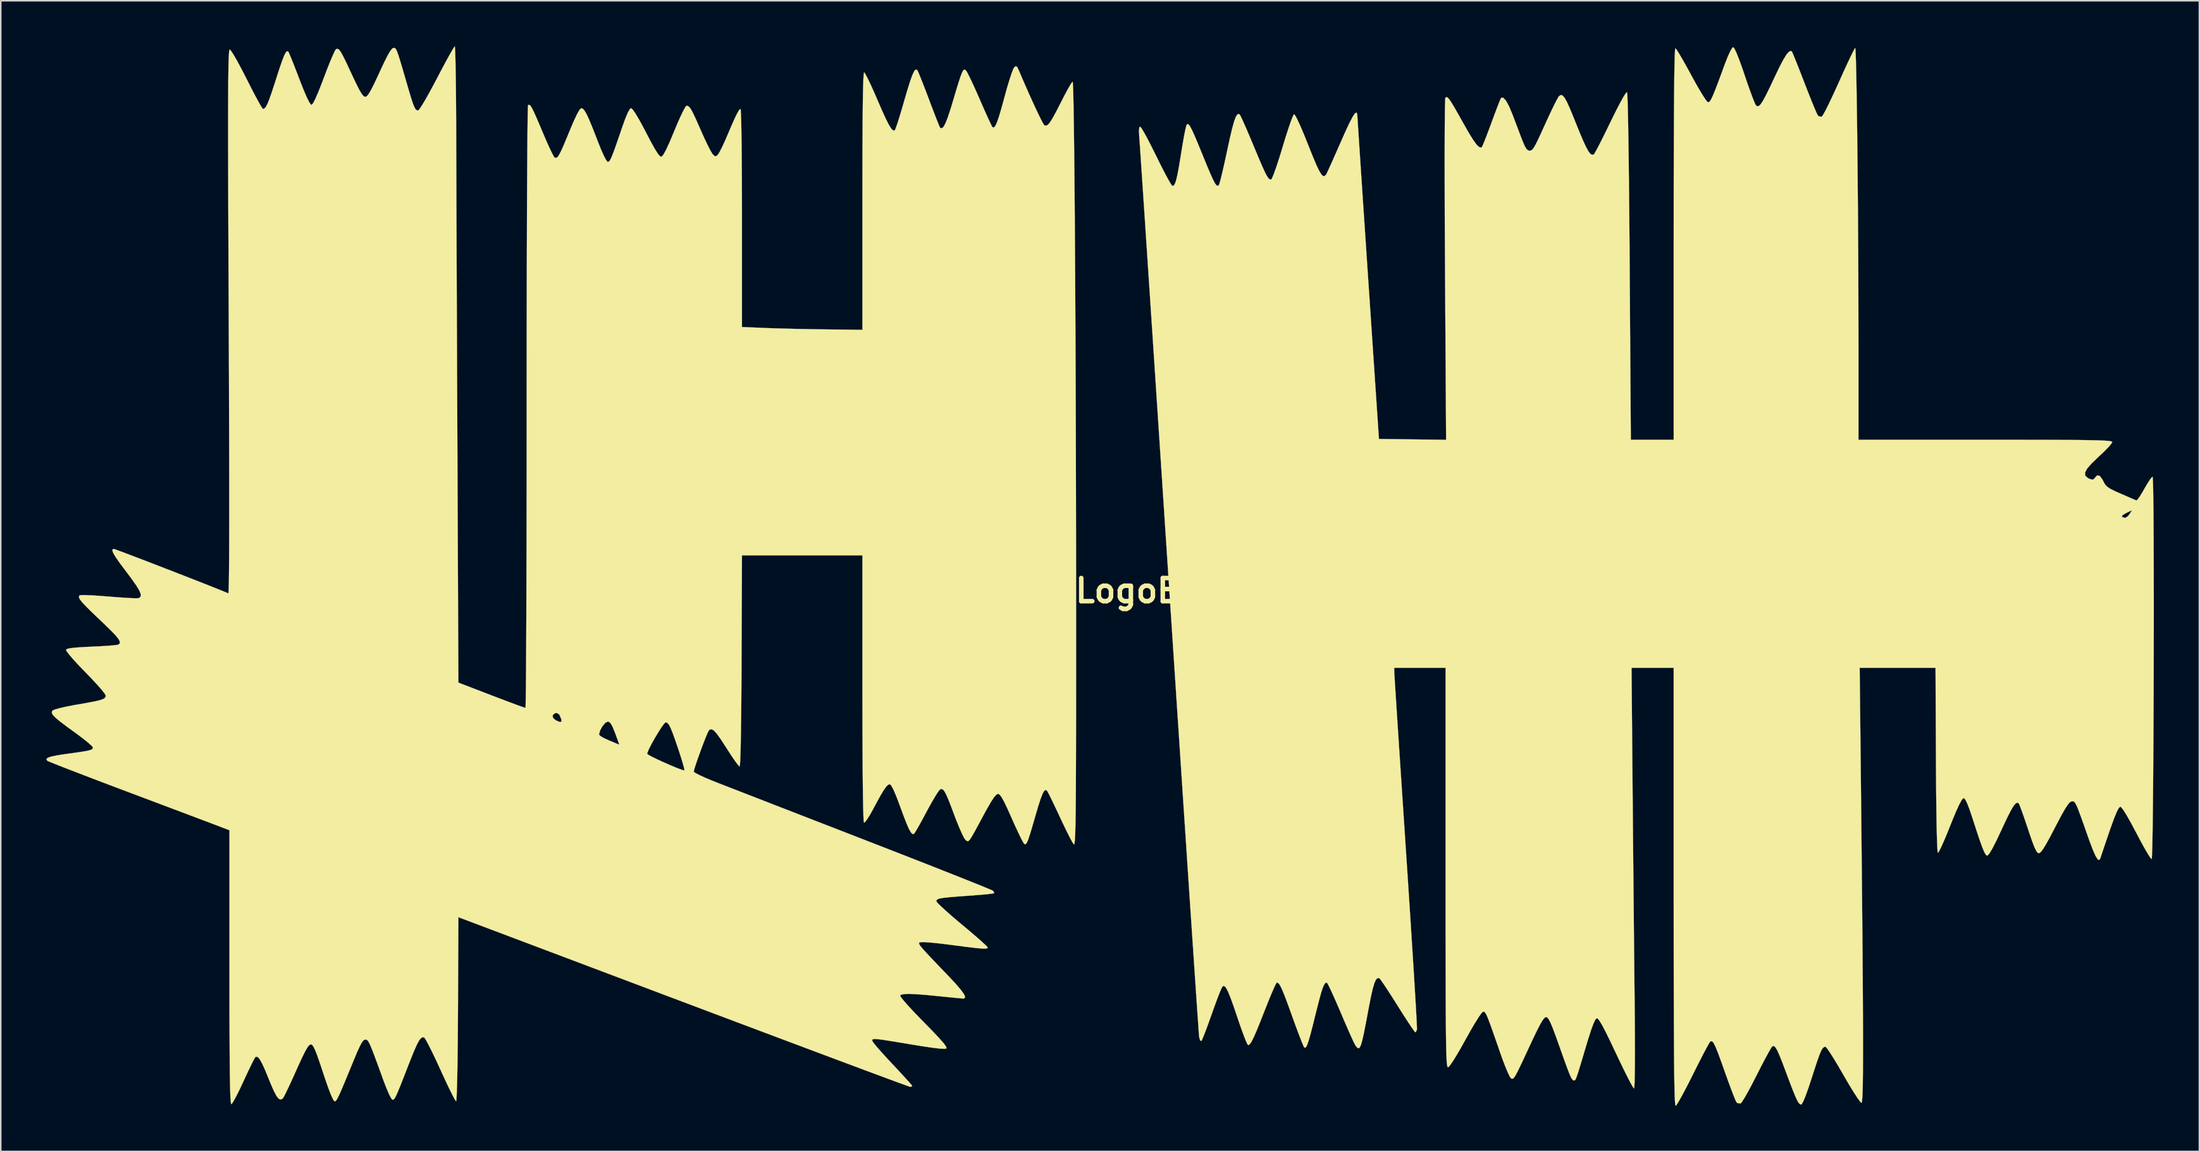
<source format=kicad_pcb>
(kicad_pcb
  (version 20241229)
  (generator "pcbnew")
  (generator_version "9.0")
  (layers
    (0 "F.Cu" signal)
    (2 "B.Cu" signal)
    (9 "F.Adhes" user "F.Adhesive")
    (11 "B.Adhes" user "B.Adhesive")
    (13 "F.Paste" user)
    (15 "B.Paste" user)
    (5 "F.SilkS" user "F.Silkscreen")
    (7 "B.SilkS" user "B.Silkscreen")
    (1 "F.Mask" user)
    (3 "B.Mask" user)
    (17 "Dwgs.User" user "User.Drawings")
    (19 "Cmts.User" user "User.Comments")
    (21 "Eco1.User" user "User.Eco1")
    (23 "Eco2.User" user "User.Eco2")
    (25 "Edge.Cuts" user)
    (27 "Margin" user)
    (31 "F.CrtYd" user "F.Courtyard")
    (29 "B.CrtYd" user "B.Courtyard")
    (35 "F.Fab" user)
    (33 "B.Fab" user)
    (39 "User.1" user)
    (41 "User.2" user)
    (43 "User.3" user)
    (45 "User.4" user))
  (footprint "MigiteLogoBack"
    (layer "F.Cu")
    (at 69.852 35.881)
    (property "Reference" "MigiteLogoBack" (at 0 0 0) (layer "F.SilkS") (effects (font (size 1.524 1.524) (thickness 0.3))))
    (attr through_hole)
    (fp_poly (pts (xy 41.361 -35.726) (xy 41.497 -35.44) (xy 41.678 -34.985) (xy 41.897 -34.377) (xy 42.028 -33.989) (xy 42.231 -33.393) (xy 42.421 -32.86) (xy 42.583 -32.426) (xy 42.704 -32.127) (xy 42.769 -31.999) (xy 42.861 -31.926) (xy 42.963 -31.94) (xy 43.087 -32.059) (xy 43.246 -32.302) (xy 43.453 -32.687) (xy 43.72 -33.234) (xy 43.977 -33.781) (xy 44.313 -34.485) (xy 44.585 -35.004) (xy 44.799 -35.349) (xy 44.965 -35.534) (xy 45.09 -35.572) (xy 45.138 -35.542) (xy 45.194 -35.428) (xy 45.312 -35.147) (xy 45.481 -34.728) (xy 45.688 -34.203) (xy 45.921 -33.602) (xy 45.982 -33.442) (xy 46.223 -32.823) (xy 46.444 -32.269) (xy 46.632 -31.812) (xy 46.775 -31.482) (xy 46.859 -31.313) (xy 46.869 -31.299) (xy 47.052 -31.234) (xy 47.115 -31.247) (xy 47.196 -31.356) (xy 47.348 -31.63) (xy 47.556 -32.044) (xy 47.806 -32.567) (xy 48.085 -33.172) (xy 48.249 -33.537) (xy 48.534 -34.172) (xy 48.794 -34.736) (xy 49.015 -35.204) (xy 49.185 -35.548) (xy 49.29 -35.74) (xy 49.316 -35.772) (xy 49.332 -35.668) (xy 49.348 -35.368) (xy 49.365 -34.886) (xy 49.381 -34.237) (xy 49.398 -33.436) (xy 49.414 -32.497) (xy 49.429 -31.436) (xy 49.445 -30.267) (xy 49.459 -29.005) (xy 49.473 -27.666) (xy 49.485 -26.263) (xy 49.497 -24.813) (xy 49.507 -23.329) (xy 49.515 -21.826) (xy 49.522 -20.32) (xy 49.526 -18.826) (xy 49.529 -17.357) (xy 49.53 -16.272) (xy 49.53 -9.948) (xy 57.891 -9.948) (xy 59.44 -9.948) (xy 60.79 -9.946) (xy 61.954 -9.944) (xy 62.946 -9.94) (xy 63.778 -9.934) (xy 64.464 -9.926) (xy 65.016 -9.916) (xy 65.448 -9.904) (xy 65.772 -9.889) (xy 66.001 -9.871) (xy 66.149 -9.85) (xy 66.228 -9.826) (xy 66.252 -9.798) (xy 66.252 -9.798) (xy 66.177 -9.67) (xy 65.975 -9.437) (xy 65.677 -9.134) (xy 65.352 -8.828) (xy 64.89 -8.386) (xy 64.594 -8.044) (xy 64.457 -7.785) (xy 64.47 -7.589) (xy 64.625 -7.438) (xy 64.727 -7.384) (xy 64.94 -7.314) (xy 65.059 -7.372) (xy 65.103 -7.44) (xy 65.262 -7.603) (xy 65.436 -7.558) (xy 65.616 -7.309) (xy 65.661 -7.215) (xy 65.767 -7.017) (xy 65.907 -6.86) (xy 66.125 -6.713) (xy 66.465 -6.545) (xy 66.804 -6.395) (xy 67.22 -6.215) (xy 67.563 -6.067) (xy 67.786 -5.972) (xy 67.844 -5.948) (xy 67.927 -6.019) (xy 68.082 -6.237) (xy 68.279 -6.562) (xy 68.365 -6.715) (xy 68.575 -7.076) (xy 68.756 -7.352) (xy 68.879 -7.5) (xy 68.905 -7.514) (xy 68.92 -7.411) (xy 68.933 -7.112) (xy 68.945 -6.633) (xy 68.955 -5.99) (xy 68.964 -5.198) (xy 68.971 -4.274) (xy 68.976 -3.234) (xy 68.98 -2.092) (xy 68.983 -0.866) (xy 68.985 0.429) (xy 68.985 1.778) (xy 68.984 3.165) (xy 68.981 4.572) (xy 68.978 5.986) (xy 68.973 7.39) (xy 68.967 8.767) (xy 68.96 10.104) (xy 68.952 11.382) (xy 68.943 12.587) (xy 68.933 13.703) (xy 68.922 14.714) (xy 68.911 15.604) (xy 68.898 16.357) (xy 68.885 16.957) (xy 68.871 17.39) (xy 68.856 17.637) (xy 68.845 17.693) (xy 68.765 17.61) (xy 68.607 17.366) (xy 68.388 16.992) (xy 68.125 16.515) (xy 67.839 15.973) (xy 67.496 15.327) (xy 67.207 14.816) (xy 66.982 14.456) (xy 66.83 14.263) (xy 66.781 14.235) (xy 66.684 14.318) (xy 66.547 14.576) (xy 66.366 15.017) (xy 66.136 15.652) (xy 66.077 15.822) (xy 65.886 16.381) (xy 65.716 16.881) (xy 65.581 17.283) (xy 65.494 17.548) (xy 65.472 17.621) (xy 65.399 17.748) (xy 65.295 17.709) (xy 65.157 17.494) (xy 64.978 17.094) (xy 64.753 16.501) (xy 64.662 16.245) (xy 64.398 15.494) (xy 64.193 14.919) (xy 64.037 14.498) (xy 63.919 14.206) (xy 63.828 14.022) (xy 63.754 13.922) (xy 63.685 13.882) (xy 63.611 13.879) (xy 63.571 13.885) (xy 63.463 13.941) (xy 63.326 14.096) (xy 63.146 14.37) (xy 62.909 14.787) (xy 62.602 15.367) (xy 62.476 15.61) (xy 62.132 16.268) (xy 61.864 16.75) (xy 61.662 17.072) (xy 61.515 17.251) (xy 61.416 17.304) (xy 61.329 17.265) (xy 61.232 17.133) (xy 61.114 16.882) (xy 60.963 16.486) (xy 60.769 15.921) (xy 60.695 15.698) (xy 60.511 15.148) (xy 60.345 14.67) (xy 60.21 14.299) (xy 60.119 14.071) (xy 60.091 14.018) (xy 59.995 13.971) (xy 59.882 14.026) (xy 59.739 14.2) (xy 59.556 14.512) (xy 59.319 14.98) (xy 59.017 15.622) (xy 58.955 15.757) (xy 58.623 16.462) (xy 58.362 16.975) (xy 58.168 17.303) (xy 58.037 17.452) (xy 58.005 17.462) (xy 57.924 17.407) (xy 57.819 17.227) (xy 57.684 16.904) (xy 57.51 16.419) (xy 57.289 15.754) (xy 57.224 15.551) (xy 56.998 14.858) (xy 56.822 14.346) (xy 56.685 13.995) (xy 56.579 13.781) (xy 56.495 13.683) (xy 56.443 13.672) (xy 56.335 13.787) (xy 56.166 14.098) (xy 55.939 14.597) (xy 55.657 15.28) (xy 55.568 15.505) (xy 55.339 16.074) (xy 55.13 16.567) (xy 54.955 16.952) (xy 54.827 17.199) (xy 54.763 17.277) (xy 54.741 17.168) (xy 54.721 16.858) (xy 54.702 16.36) (xy 54.684 15.687) (xy 54.669 14.848) (xy 54.656 13.858) (xy 54.645 12.726) (xy 54.637 11.466) (xy 54.636 11.165) (xy 54.608 5.08) (xy 49.61 5.08) (xy 49.676 11.192) (xy 49.704 13.863) (xy 49.729 16.33) (xy 49.752 18.599) (xy 49.772 20.678) (xy 49.788 22.573) (xy 49.802 24.291) (xy 49.814 25.84) (xy 49.822 27.226) (xy 49.828 28.457) (xy 49.831 29.54) (xy 49.831 30.48) (xy 49.828 31.287) (xy 49.823 31.965) (xy 49.815 32.524) (xy 49.804 32.969) (xy 49.791 33.307) (xy 49.775 33.546) (xy 49.756 33.693) (xy 49.735 33.754) (xy 49.728 33.757) (xy 49.634 33.668) (xy 49.456 33.421) (xy 49.211 33.045) (xy 48.919 32.566) (xy 48.596 32.014) (xy 48.534 31.905) (xy 48.209 31.343) (xy 47.911 30.849) (xy 47.66 30.452) (xy 47.472 30.18) (xy 47.366 30.06) (xy 47.356 30.057) (xy 47.265 30.075) (xy 47.179 30.146) (xy 47.086 30.296) (xy 46.976 30.55) (xy 46.837 30.934) (xy 46.658 31.472) (xy 46.458 32.094) (xy 46.238 32.761) (xy 46.049 33.287) (xy 45.897 33.654) (xy 45.79 33.844) (xy 45.757 33.867) (xy 45.678 33.844) (xy 45.593 33.758) (xy 45.491 33.587) (xy 45.362 33.305) (xy 45.193 32.889) (xy 44.973 32.315) (xy 44.773 31.781) (xy 44.524 31.118) (xy 44.331 30.633) (xy 44.183 30.303) (xy 44.068 30.105) (xy 43.973 30.017) (xy 43.888 30.015) (xy 43.854 30.032) (xy 43.772 30.147) (xy 43.612 30.422) (xy 43.393 30.825) (xy 43.131 31.325) (xy 42.843 31.892) (xy 42.829 31.921) (xy 42.538 32.49) (xy 42.269 32.993) (xy 42.039 33.397) (xy 41.867 33.674) (xy 41.768 33.793) (xy 41.765 33.794) (xy 41.568 33.777) (xy 41.499 33.722) (xy 41.43 33.584) (xy 41.305 33.28) (xy 41.138 32.844) (xy 40.942 32.311) (xy 40.739 31.744) (xy 40.483 31.024) (xy 40.284 30.483) (xy 40.131 30.101) (xy 40.013 29.854) (xy 39.921 29.723) (xy 39.842 29.685) (xy 39.768 29.719) (xy 39.75 29.735) (xy 39.671 29.86) (xy 39.514 30.145) (xy 39.295 30.561) (xy 39.029 31.079) (xy 38.733 31.668) (xy 38.629 31.877) (xy 38.326 32.479) (xy 38.047 33.014) (xy 37.808 33.454) (xy 37.624 33.769) (xy 37.511 33.933) (xy 37.491 33.949) (xy 37.472 33.917) (xy 37.455 33.803) (xy 37.439 33.599) (xy 37.425 33.295) (xy 37.413 32.882) (xy 37.402 32.351) (xy 37.392 31.695) (xy 37.384 30.903) (xy 37.378 29.967) (xy 37.372 28.877) (xy 37.368 27.626) (xy 37.364 26.204) (xy 37.362 24.603) (xy 37.36 22.812) (xy 37.359 20.825) (xy 37.359 19.535) (xy 37.359 5.08) (xy 34.581 5.08) (xy 34.648 12.779) (xy 34.661 14.261) (xy 34.675 15.851) (xy 34.69 17.51) (xy 34.706 19.198) (xy 34.722 20.874) (xy 34.738 22.498) (xy 34.753 24.031) (xy 34.767 25.431) (xy 34.78 26.644) (xy 34.793 28.037) (xy 34.801 29.265) (xy 34.804 30.323) (xy 34.802 31.203) (xy 34.794 31.898) (xy 34.782 32.402) (xy 34.765 32.708) (xy 34.744 32.808) (xy 34.672 32.716) (xy 34.526 32.458) (xy 34.319 32.06) (xy 34.063 31.548) (xy 33.773 30.948) (xy 33.549 30.476) (xy 33.179 29.694) (xy 32.884 29.092) (xy 32.655 28.654) (xy 32.484 28.365) (xy 32.364 28.211) (xy 32.29 28.175) (xy 32.199 28.266) (xy 32.077 28.519) (xy 31.92 28.945) (xy 31.723 29.558) (xy 31.588 30.005) (xy 31.369 30.74) (xy 31.202 31.297) (xy 31.078 31.7) (xy 30.988 31.974) (xy 30.923 32.145) (xy 30.876 32.236) (xy 30.837 32.272) (xy 30.798 32.279) (xy 30.797 32.279) (xy 30.735 32.264) (xy 30.67 32.203) (xy 30.593 32.072) (xy 30.492 31.847) (xy 30.358 31.503) (xy 30.18 31.016) (xy 29.947 30.363) (xy 29.841 30.062) (xy 29.593 29.368) (xy 29.4 28.852) (xy 29.25 28.491) (xy 29.133 28.26) (xy 29.039 28.138) (xy 28.957 28.099) (xy 28.951 28.099) (xy 28.859 28.142) (xy 28.738 28.287) (xy 28.577 28.554) (xy 28.365 28.962) (xy 28.089 29.534) (xy 27.895 29.951) (xy 27.562 30.667) (xy 27.306 31.214) (xy 27.113 31.612) (xy 26.972 31.884) (xy 26.87 32.053) (xy 26.795 32.14) (xy 26.733 32.167) (xy 26.672 32.156) (xy 26.648 32.147) (xy 26.563 32.031) (xy 26.427 31.749) (xy 26.254 31.335) (xy 26.061 30.824) (xy 25.933 30.464) (xy 25.651 29.651) (xy 25.429 29.016) (xy 25.257 28.538) (xy 25.126 28.195) (xy 25.028 27.967) (xy 24.952 27.829) (xy 24.89 27.763) (xy 24.833 27.744) (xy 24.791 27.749) (xy 24.691 27.848) (xy 24.511 28.106) (xy 24.269 28.492) (xy 23.983 28.977) (xy 23.672 29.533) (xy 23.646 29.58) (xy 23.332 30.144) (xy 23.043 30.638) (xy 22.796 31.034) (xy 22.61 31.301) (xy 22.503 31.413) (xy 22.499 31.414) (xy 22.474 31.405) (xy 22.452 31.363) (xy 22.432 31.274) (xy 22.414 31.13) (xy 22.399 30.919) (xy 22.385 30.631) (xy 22.374 30.255) (xy 22.364 29.779) (xy 22.356 29.194) (xy 22.349 28.489) (xy 22.343 27.652) (xy 22.339 26.673) (xy 22.336 25.542) (xy 22.334 24.248) (xy 22.332 22.78) (xy 22.331 21.127) (xy 22.331 19.278) (xy 22.331 18.264) (xy 22.331 5.08) (xy 18.944 5.08) (xy 18.95 5.371) (xy 18.957 5.514) (xy 18.978 5.854) (xy 19.011 6.377) (xy 19.056 7.07) (xy 19.111 7.918) (xy 19.175 8.907) (xy 19.248 10.023) (xy 19.329 11.253) (xy 19.417 12.582) (xy 19.51 13.997) (xy 19.609 15.482) (xy 19.711 17.025) (xy 19.722 17.198) (xy 19.825 18.744) (xy 19.922 20.232) (xy 20.014 21.649) (xy 20.099 22.981) (xy 20.177 24.215) (xy 20.247 25.335) (xy 20.308 26.328) (xy 20.359 27.182) (xy 20.399 27.881) (xy 20.427 28.412) (xy 20.443 28.761) (xy 20.446 28.914) (xy 20.445 28.919) (xy 20.376 29.076) (xy 20.334 29.104) (xy 20.26 29.019) (xy 20.093 28.78) (xy 19.851 28.417) (xy 19.552 27.955) (xy 19.216 27.423) (xy 19.176 27.36) (xy 18.833 26.816) (xy 18.522 26.335) (xy 18.263 25.944) (xy 18.076 25.673) (xy 17.979 25.551) (xy 17.975 25.549) (xy 17.86 25.527) (xy 17.751 25.623) (xy 17.643 25.856) (xy 17.529 26.244) (xy 17.402 26.805) (xy 17.256 27.557) (xy 17.254 27.57) (xy 17.095 28.419) (xy 16.966 29.077) (xy 16.86 29.563) (xy 16.77 29.894) (xy 16.688 30.088) (xy 16.61 30.162) (xy 16.527 30.136) (xy 16.432 30.026) (xy 16.366 29.924) (xy 16.28 29.755) (xy 16.127 29.425) (xy 15.924 28.969) (xy 15.685 28.42) (xy 15.426 27.814) (xy 15.401 27.755) (xy 15.147 27.164) (xy 14.917 26.647) (xy 14.725 26.231) (xy 14.584 25.948) (xy 14.507 25.826) (xy 14.502 25.823) (xy 14.417 25.853) (xy 14.333 25.959) (xy 14.242 26.165) (xy 14.134 26.495) (xy 14.002 26.974) (xy 13.836 27.625) (xy 13.758 27.94) (xy 13.57 28.698) (xy 13.421 29.271) (xy 13.303 29.679) (xy 13.209 29.943) (xy 13.133 30.085) (xy 13.067 30.124) (xy 13.014 30.094) (xy 12.952 29.971) (xy 12.832 29.679) (xy 12.667 29.252) (xy 12.469 28.722) (xy 12.25 28.121) (xy 12.226 28.052) (xy 11.96 27.315) (xy 11.751 26.756) (xy 11.588 26.352) (xy 11.462 26.08) (xy 11.361 25.916) (xy 11.276 25.839) (xy 11.214 25.823) (xy 11.151 25.917) (xy 11.026 26.178) (xy 10.854 26.575) (xy 10.647 27.078) (xy 10.42 27.649) (xy 10.123 28.406) (xy 9.888 28.985) (xy 9.704 29.407) (xy 9.562 29.692) (xy 9.452 29.864) (xy 9.363 29.941) (xy 9.32 29.951) (xy 9.257 29.855) (xy 9.143 29.591) (xy 8.988 29.188) (xy 8.806 28.681) (xy 8.63 28.167) (xy 8.376 27.416) (xy 8.171 26.849) (xy 8.009 26.448) (xy 7.879 26.195) (xy 7.773 26.069) (xy 7.682 26.054) (xy 7.632 26.089) (xy 7.562 26.22) (xy 7.438 26.516) (xy 7.273 26.942) (xy 7.082 27.462) (xy 6.931 27.888) (xy 6.729 28.453) (xy 6.546 28.95) (xy 6.394 29.342) (xy 6.288 29.596) (xy 6.246 29.674) (xy 6.17 29.649) (xy 6.105 29.457) (xy 6.097 29.409) (xy 6.085 29.274) (xy 6.06 28.937) (xy 6.023 28.406) (xy 5.973 27.689) (xy 5.912 26.796) (xy 5.84 25.735) (xy 5.758 24.515) (xy 5.666 23.144) (xy 5.564 21.631) (xy 5.454 19.985) (xy 5.336 18.214) (xy 5.211 16.327) (xy 5.078 14.333) (xy 4.94 12.24) (xy 4.796 10.057) (xy 4.646 7.793) (xy 4.492 5.456) (xy 4.334 3.055) (xy 4.172 0.599) (xy 4.13 -0.053) (xy 3.967 -2.527) (xy 3.813 -4.877) (xy 66.884 -4.877) (xy 66.913 -4.85) (xy 67.102 -4.794) (xy 67.279 -4.908) (xy 67.398 -5.066) (xy 67.556 -5.305) (xy 67.168 -5.12) (xy 66.927 -4.978) (xy 66.884 -4.877) (xy 3.813 -4.877) (xy 3.808 -4.95) (xy 3.652 -7.314) (xy 3.501 -9.609) (xy 3.355 -11.827) (xy 3.214 -13.959) (xy 3.08 -15.997) (xy 2.952 -17.931) (xy 2.832 -19.752) (xy 2.719 -21.452) (xy 2.615 -23.023) (xy 2.52 -24.454) (xy 2.434 -25.738) (xy 2.359 -26.866) (xy 2.294 -27.829) (xy 2.241 -28.617) (xy 2.2 -29.223) (xy 2.171 -29.637) (xy 2.156 -29.851) (xy 2.154 -29.871) (xy 2.13 -30.294) (xy 2.152 -30.526) (xy 2.209 -30.586) (xy 2.289 -30.495) (xy 2.443 -30.241) (xy 2.658 -29.852) (xy 2.916 -29.357) (xy 3.202 -28.783) (xy 3.278 -28.628) (xy 3.569 -28.039) (xy 3.835 -27.521) (xy 4.06 -27.103) (xy 4.229 -26.812) (xy 4.327 -26.676) (xy 4.339 -26.67) (xy 4.425 -26.706) (xy 4.504 -26.829) (xy 4.584 -27.063) (xy 4.669 -27.43) (xy 4.767 -27.955) (xy 4.883 -28.66) (xy 4.919 -28.89) (xy 5.015 -29.476) (xy 5.106 -29.988) (xy 5.187 -30.391) (xy 5.249 -30.647) (xy 5.278 -30.72) (xy 5.339 -30.754) (xy 5.411 -30.719) (xy 5.503 -30.595) (xy 5.626 -30.36) (xy 5.792 -29.994) (xy 6.012 -29.475) (xy 6.296 -28.783) (xy 6.333 -28.691) (xy 6.622 -27.984) (xy 6.847 -27.453) (xy 7.018 -27.078) (xy 7.146 -26.839) (xy 7.243 -26.713) (xy 7.32 -26.681) (xy 7.388 -26.723) (xy 7.394 -26.728) (xy 7.442 -26.858) (xy 7.524 -27.163) (xy 7.633 -27.611) (xy 7.761 -28.169) (xy 7.9 -28.806) (xy 7.94 -28.998) (xy 8.12 -29.828) (xy 8.271 -30.466) (xy 8.4 -30.927) (xy 8.511 -31.229) (xy 8.612 -31.388) (xy 8.707 -31.42) (xy 8.774 -31.375) (xy 8.843 -31.25) (xy 8.978 -30.96) (xy 9.166 -30.538) (xy 9.392 -30.013) (xy 9.642 -29.418) (xy 9.685 -29.316) (xy 9.985 -28.597) (xy 10.218 -28.051) (xy 10.397 -27.654) (xy 10.532 -27.384) (xy 10.636 -27.216) (xy 10.721 -27.128) (xy 10.8 -27.096) (xy 10.835 -27.093) (xy 10.9 -27.19) (xy 11.012 -27.461) (xy 11.161 -27.876) (xy 11.336 -28.405) (xy 11.527 -29.018) (xy 11.59 -29.228) (xy 11.784 -29.866) (xy 11.966 -30.431) (xy 12.125 -30.894) (xy 12.25 -31.224) (xy 12.331 -31.39) (xy 12.346 -31.403) (xy 12.424 -31.321) (xy 12.565 -31.059) (xy 12.76 -30.637) (xy 13 -30.073) (xy 13.276 -29.387) (xy 13.281 -29.374) (xy 13.576 -28.635) (xy 13.811 -28.078) (xy 13.997 -27.686) (xy 14.143 -27.442) (xy 14.262 -27.328) (xy 14.362 -27.327) (xy 14.456 -27.422) (xy 14.466 -27.437) (xy 14.533 -27.571) (xy 14.67 -27.868) (xy 14.863 -28.296) (xy 15.096 -28.822) (xy 15.357 -29.416) (xy 15.403 -29.52) (xy 15.74 -30.279) (xy 16.008 -30.85) (xy 16.214 -31.24) (xy 16.361 -31.46) (xy 16.457 -31.518) (xy 16.507 -31.424) (xy 16.517 -31.309) (xy 16.525 -31.171) (xy 16.546 -30.836) (xy 16.58 -30.319) (xy 16.625 -29.634) (xy 16.68 -28.797) (xy 16.745 -27.822) (xy 16.818 -26.723) (xy 16.898 -25.515) (xy 16.985 -24.213) (xy 17.078 -22.831) (xy 17.175 -21.384) (xy 17.232 -20.532) (xy 17.94 -10.001) (xy 20.153 -9.973) (xy 22.365 -9.944) (xy 22.295 -21.138) (xy 22.286 -22.661) (xy 22.279 -24.126) (xy 22.275 -25.518) (xy 22.272 -26.823) (xy 22.271 -28.028) (xy 22.271 -29.118) (xy 22.274 -30.08) (xy 22.279 -30.899) (xy 22.285 -31.562) (xy 22.293 -32.054) (xy 22.303 -32.361) (xy 22.314 -32.469) (xy 22.37 -32.528) (xy 22.441 -32.52) (xy 22.541 -32.426) (xy 22.683 -32.226) (xy 22.883 -31.899) (xy 23.155 -31.425) (xy 23.493 -30.819) (xy 23.864 -30.169) (xy 24.157 -29.697) (xy 24.383 -29.388) (xy 24.553 -29.23) (xy 24.677 -29.207) (xy 24.721 -29.236) (xy 24.78 -29.356) (xy 24.896 -29.638) (xy 25.056 -30.049) (xy 25.246 -30.551) (xy 25.361 -30.864) (xy 25.559 -31.401) (xy 25.735 -31.866) (xy 25.875 -32.222) (xy 25.964 -32.435) (xy 25.988 -32.479) (xy 26.125 -32.493) (xy 26.3 -32.31) (xy 26.506 -31.939) (xy 26.737 -31.389) (xy 26.743 -31.375) (xy 26.94 -30.851) (xy 27.149 -30.3) (xy 27.33 -29.821) (xy 27.371 -29.713) (xy 27.545 -29.301) (xy 27.691 -29.072) (xy 27.827 -28.998) (xy 27.83 -28.998) (xy 27.926 -29.006) (xy 28.012 -29.044) (xy 28.103 -29.139) (xy 28.214 -29.317) (xy 28.361 -29.602) (xy 28.558 -30.02) (xy 28.821 -30.596) (xy 28.936 -30.85) (xy 29.187 -31.394) (xy 29.418 -31.877) (xy 29.61 -32.262) (xy 29.747 -32.513) (xy 29.798 -32.588) (xy 29.912 -32.667) (xy 30.029 -32.644) (xy 30.162 -32.499) (xy 30.323 -32.214) (xy 30.525 -31.769) (xy 30.781 -31.144) (xy 30.805 -31.083) (xy 31.119 -30.304) (xy 31.372 -29.704) (xy 31.574 -29.265) (xy 31.735 -28.969) (xy 31.866 -28.796) (xy 31.978 -28.727) (xy 32.081 -28.743) (xy 32.098 -28.753) (xy 32.169 -28.861) (xy 32.317 -29.132) (xy 32.527 -29.538) (xy 32.783 -30.049) (xy 33.071 -30.637) (xy 33.19 -30.881) (xy 33.528 -31.57) (xy 33.815 -32.126) (xy 34.042 -32.537) (xy 34.201 -32.785) (xy 34.283 -32.856) (xy 34.285 -32.854) (xy 34.3 -32.735) (xy 34.316 -32.415) (xy 34.332 -31.906) (xy 34.348 -31.218) (xy 34.364 -30.363) (xy 34.38 -29.351) (xy 34.395 -28.193) (xy 34.411 -26.9) (xy 34.425 -25.484) (xy 34.439 -23.955) (xy 34.452 -22.325) (xy 34.458 -21.352) (xy 34.535 -9.948) (xy 37.359 -9.948) (xy 37.359 -22.869) (xy 37.36 -25.006) (xy 37.362 -26.935) (xy 37.366 -28.661) (xy 37.371 -30.188) (xy 37.377 -31.521) (xy 37.385 -32.663) (xy 37.395 -33.619) (xy 37.407 -34.392) (xy 37.42 -34.988) (xy 37.434 -35.411) (xy 37.451 -35.664) (xy 37.469 -35.752) (xy 37.471 -35.752) (xy 37.554 -35.651) (xy 37.718 -35.392) (xy 37.945 -35.006) (xy 38.217 -34.522) (xy 38.518 -33.971) (xy 38.518 -33.97) (xy 38.821 -33.419) (xy 39.1 -32.935) (xy 39.337 -32.55) (xy 39.514 -32.293) (xy 39.611 -32.194) (xy 39.675 -32.201) (xy 39.744 -32.261) (xy 39.829 -32.395) (xy 39.938 -32.627) (xy 40.082 -32.977) (xy 40.271 -33.467) (xy 40.513 -34.119) (xy 40.731 -34.713) (xy 40.916 -35.186) (xy 41.082 -35.55) (xy 41.212 -35.772) (xy 41.276 -35.825) (xy 41.361 -35.726)) (stroke (width 0.01) (type solid)) (fill yes) (layer "F.SilkS"))
    (fp_poly (pts (xy -42.927 -35.773) (xy -42.913 -35.478) (xy -42.899 -35.009) (xy -42.886 -34.383) (xy -42.874 -33.622) (xy -42.864 -32.742) (xy -42.856 -31.762) (xy -42.85 -30.702) (xy -42.847 -29.819) (xy -42.845 -28.956) (xy -42.841 -27.901) (xy -42.837 -26.673) (xy -42.833 -25.291) (xy -42.827 -23.775) (xy -42.821 -22.145) (xy -42.815 -20.418) (xy -42.808 -18.616) (xy -42.8 -16.757) (xy -42.793 -14.86) (xy -42.785 -12.945) (xy -42.777 -11.031) (xy -42.769 -9.137) (xy -42.768 -8.851) (xy -42.704 6.058) (xy -40.535 6.892) (xy -39.898 7.135) (xy -39.328 7.351) (xy -38.855 7.527) (xy -38.506 7.653) (xy -38.313 7.719) (xy -38.286 7.726) (xy -38.277 7.622) (xy -38.27 7.316) (xy -38.262 6.82) (xy -38.254 6.143) (xy -38.247 5.296) (xy -38.241 4.288) (xy -38.235 3.132) (xy -38.229 1.836) (xy -38.224 0.411) (xy -38.219 -1.133) (xy -38.215 -2.784) (xy -38.212 -4.534) (xy -38.209 -6.37) (xy -38.207 -8.284) (xy -38.206 -10.265) (xy -38.206 -12.112) (xy -38.205 -14.292) (xy -38.204 -16.389) (xy -38.202 -18.392) (xy -38.198 -20.295) (xy -38.194 -22.086) (xy -38.189 -23.759) (xy -38.184 -25.303) (xy -38.177 -26.711) (xy -38.17 -27.972) (xy -38.163 -29.079) (xy -38.154 -30.023) (xy -38.146 -30.794) (xy -38.136 -31.384) (xy -38.127 -31.783) (xy -38.117 -31.984) (xy -38.112 -32.007) (xy -38.047 -32.025) (xy -37.975 -31.982) (xy -37.884 -31.854) (xy -37.76 -31.617) (xy -37.593 -31.249) (xy -37.368 -30.726) (xy -37.153 -30.215) (xy -36.922 -29.675) (xy -36.711 -29.205) (xy -36.535 -28.838) (xy -36.413 -28.61) (xy -36.369 -28.553) (xy -36.284 -28.522) (xy -36.197 -28.558) (xy -36.096 -28.682) (xy -35.967 -28.92) (xy -35.796 -29.295) (xy -35.572 -29.829) (xy -35.401 -30.245) (xy -35.112 -30.93) (xy -34.882 -31.419) (xy -34.712 -31.711) (xy -34.608 -31.803) (xy -34.509 -31.768) (xy -34.399 -31.649) (xy -34.266 -31.423) (xy -34.101 -31.069) (xy -33.891 -30.566) (xy -33.626 -29.89) (xy -33.538 -29.66) (xy -33.317 -29.107) (xy -33.124 -28.672) (xy -32.97 -28.38) (xy -32.87 -28.259) (xy -32.861 -28.258) (xy -32.799 -28.275) (xy -32.734 -28.342) (xy -32.655 -28.485) (xy -32.552 -28.726) (xy -32.416 -29.089) (xy -32.236 -29.6) (xy -32.002 -30.281) (xy -31.935 -30.48) (xy -31.714 -31.099) (xy -31.538 -31.519) (xy -31.404 -31.75) (xy -31.327 -31.803) (xy -31.218 -31.709) (xy -31.032 -31.44) (xy -30.779 -31.012) (xy -30.471 -30.443) (xy -30.336 -30.183) (xy -30.004 -29.55) (xy -29.748 -29.092) (xy -29.557 -28.792) (xy -29.421 -28.633) (xy -29.331 -28.597) (xy -29.215 -28.713) (xy -29.037 -29.029) (xy -28.799 -29.54) (xy -28.503 -30.245) (xy -28.483 -30.296) (xy -28.253 -30.844) (xy -28.041 -31.317) (xy -27.862 -31.681) (xy -27.732 -31.905) (xy -27.675 -31.962) (xy -27.579 -31.943) (xy -27.482 -31.867) (xy -27.37 -31.71) (xy -27.228 -31.442) (xy -27.04 -31.039) (xy -26.789 -30.473) (xy -26.722 -30.319) (xy -26.493 -29.806) (xy -26.276 -29.352) (xy -26.093 -28.998) (xy -25.965 -28.786) (xy -25.942 -28.756) (xy -25.794 -28.628) (xy -25.687 -28.657) (xy -25.596 -28.756) (xy -25.486 -28.934) (xy -25.324 -29.253) (xy -25.136 -29.661) (xy -25.034 -29.898) (xy -24.744 -30.578) (xy -24.521 -31.082) (xy -24.354 -31.429) (xy -24.235 -31.641) (xy -24.151 -31.738) (xy -24.118 -31.75) (xy -24.101 -31.647) (xy -24.086 -31.346) (xy -24.071 -30.864) (xy -24.058 -30.214) (xy -24.047 -29.412) (xy -24.038 -28.473) (xy -24.031 -27.41) (xy -24.026 -26.239) (xy -24.024 -24.975) (xy -24.024 -24.564) (xy -24.024 -17.379) (xy -22.516 -17.315) (xy -21.942 -17.295) (xy -21.216 -17.274) (xy -20.396 -17.254) (xy -19.541 -17.237) (xy -18.711 -17.224) (xy -18.547 -17.222) (xy -16.087 -17.192) (xy -16.087 -25.697) (xy -16.086 -27.38) (xy -16.083 -28.858) (xy -16.078 -30.139) (xy -16.071 -31.229) (xy -16.061 -32.136) (xy -16.049 -32.866) (xy -16.035 -33.427) (xy -16.018 -33.825) (xy -15.999 -34.068) (xy -15.977 -34.162) (xy -15.971 -34.163) (xy -15.895 -34.058) (xy -15.752 -33.789) (xy -15.56 -33.388) (xy -15.333 -32.887) (xy -15.113 -32.382) (xy -14.793 -31.644) (xy -14.539 -31.088) (xy -14.339 -30.696) (xy -14.185 -30.45) (xy -14.067 -30.335) (xy -13.975 -30.333) (xy -13.949 -30.353) (xy -13.893 -30.479) (xy -13.79 -30.775) (xy -13.653 -31.206) (xy -13.492 -31.738) (xy -13.338 -32.27) (xy -13.117 -33.024) (xy -12.939 -33.591) (xy -12.796 -33.987) (xy -12.681 -34.232) (xy -12.585 -34.344) (xy -12.501 -34.339) (xy -12.48 -34.321) (xy -12.418 -34.199) (xy -12.297 -33.912) (xy -12.129 -33.491) (xy -11.927 -32.971) (xy -11.712 -32.403) (xy -11.491 -31.819) (xy -11.294 -31.306) (xy -11.133 -30.896) (xy -11.019 -30.62) (xy -10.968 -30.511) (xy -10.864 -30.472) (xy -10.75 -30.564) (xy -10.617 -30.804) (xy -10.459 -31.208) (xy -10.267 -31.792) (xy -10.115 -32.294) (xy -9.901 -33.014) (xy -9.736 -33.552) (xy -9.609 -33.932) (xy -9.512 -34.176) (xy -9.434 -34.306) (xy -9.367 -34.345) (xy -9.299 -34.315) (xy -9.257 -34.276) (xy -9.171 -34.135) (xy -9.019 -33.834) (xy -8.816 -33.406) (xy -8.581 -32.886) (xy -8.36 -32.385) (xy -8.113 -31.819) (xy -7.89 -31.32) (xy -7.707 -30.921) (xy -7.579 -30.654) (xy -7.523 -30.555) (xy -7.442 -30.521) (xy -7.352 -30.599) (xy -7.248 -30.805) (xy -7.12 -31.158) (xy -6.963 -31.678) (xy -6.768 -32.382) (xy -6.724 -32.546) (xy -6.56 -33.14) (xy -6.401 -33.669) (xy -6.26 -34.096) (xy -6.149 -34.384) (xy -6.09 -34.489) (xy -5.977 -34.57) (xy -5.888 -34.51) (xy -5.779 -34.283) (xy -5.468 -33.557) (xy -5.16 -32.857) (xy -4.869 -32.21) (xy -4.606 -31.642) (xy -4.385 -31.182) (xy -4.218 -30.855) (xy -4.116 -30.69) (xy -4.103 -30.676) (xy -3.996 -30.645) (xy -3.879 -30.699) (xy -3.737 -30.859) (xy -3.555 -31.148) (xy -3.316 -31.586) (xy -3.006 -32.194) (xy -2.758 -32.678) (xy -2.538 -33.085) (xy -2.365 -33.382) (xy -2.259 -33.535) (xy -2.239 -33.549) (xy -2.224 -33.445) (xy -2.209 -33.138) (xy -2.194 -32.639) (xy -2.179 -31.955) (xy -2.165 -31.098) (xy -2.15 -30.075) (xy -2.136 -28.896) (xy -2.123 -27.571) (xy -2.11 -26.109) (xy -2.097 -24.52) (xy -2.086 -22.812) (xy -2.074 -20.994) (xy -2.064 -19.077) (xy -2.054 -17.07) (xy -2.045 -14.981) (xy -2.037 -12.821) (xy -2.03 -10.598) (xy -2.024 -8.322) (xy -2.019 -6.002) (xy -2.015 -3.647) (xy -2.013 -1.267) (xy -2.011 1.128) (xy -2.011 2.536) (xy -2.011 4.586) (xy -2.012 6.435) (xy -2.013 8.091) (xy -2.015 9.566) (xy -2.018 10.869) (xy -2.022 12.01) (xy -2.026 12.999) (xy -2.032 13.846) (xy -2.039 14.561) (xy -2.048 15.154) (xy -2.058 15.635) (xy -2.069 16.014) (xy -2.083 16.301) (xy -2.098 16.505) (xy -2.114 16.637) (xy -2.133 16.707) (xy -2.154 16.724) (xy -2.164 16.718) (xy -2.258 16.573) (xy -2.421 16.271) (xy -2.635 15.847) (xy -2.882 15.336) (xy -3.076 14.922) (xy -3.332 14.376) (xy -3.562 13.894) (xy -3.75 13.511) (xy -3.879 13.262) (xy -3.928 13.182) (xy -4.015 13.132) (xy -4.106 13.186) (xy -4.21 13.363) (xy -4.337 13.685) (xy -4.494 14.169) (xy -4.692 14.838) (xy -4.713 14.91) (xy -4.902 15.565) (xy -5.045 16.043) (xy -5.152 16.369) (xy -5.234 16.571) (xy -5.3 16.675) (xy -5.361 16.707) (xy -5.416 16.698) (xy -5.491 16.594) (xy -5.634 16.328) (xy -5.826 15.932) (xy -6.054 15.44) (xy -6.239 15.025) (xy -6.52 14.395) (xy -6.737 13.939) (xy -6.903 13.635) (xy -7.029 13.46) (xy -7.13 13.391) (xy -7.155 13.388) (xy -7.269 13.445) (xy -7.426 13.627) (xy -7.639 13.954) (xy -7.92 14.445) (xy -8.095 14.769) (xy -8.43 15.392) (xy -8.679 15.851) (xy -8.859 16.17) (xy -8.986 16.372) (xy -9.075 16.478) (xy -9.142 16.511) (xy -9.203 16.494) (xy -9.274 16.45) (xy -9.275 16.45) (xy -9.376 16.313) (xy -9.529 16.014) (xy -9.719 15.587) (xy -9.927 15.071) (xy -10.022 14.819) (xy -10.265 14.171) (xy -10.452 13.699) (xy -10.596 13.377) (xy -10.71 13.182) (xy -10.807 13.088) (xy -10.901 13.071) (xy -10.96 13.088) (xy -11.06 13.197) (xy -11.235 13.461) (xy -11.464 13.845) (xy -11.726 14.314) (xy -11.858 14.56) (xy -12.124 15.057) (xy -12.36 15.485) (xy -12.548 15.81) (xy -12.666 15.998) (xy -12.694 16.03) (xy -12.783 16.038) (xy -12.885 15.943) (xy -13.012 15.723) (xy -13.173 15.36) (xy -13.378 14.832) (xy -13.588 14.261) (xy -13.841 13.587) (xy -14.044 13.109) (xy -14.195 12.831) (xy -14.285 12.753) (xy -14.394 12.792) (xy -14.528 12.925) (xy -14.702 13.174) (xy -14.93 13.56) (xy -15.228 14.106) (xy -15.377 14.387) (xy -15.596 14.781) (xy -15.788 15.085) (xy -15.929 15.262) (xy -15.986 15.29) (xy -16.004 15.173) (xy -16.021 14.853) (xy -16.037 14.337) (xy -16.05 13.632) (xy -16.061 12.748) (xy -16.071 11.691) (xy -16.078 10.469) (xy -16.083 9.091) (xy -16.086 7.564) (xy -16.087 6.45) (xy -16.087 -2.328) (xy -24.023 -2.328) (xy -24.05 4.63) (xy -24.057 6.025) (xy -24.066 7.289) (xy -24.078 8.411) (xy -24.091 9.38) (xy -24.106 10.187) (xy -24.123 10.821) (xy -24.142 11.272) (xy -24.161 11.529) (xy -24.177 11.589) (xy -24.266 11.504) (xy -24.443 11.272) (xy -24.684 10.924) (xy -24.964 10.495) (xy -25.043 10.372) (xy -25.394 9.827) (xy -25.661 9.45) (xy -25.862 9.224) (xy -26.015 9.131) (xy -26.137 9.154) (xy -26.214 9.229) (xy -26.29 9.38) (xy -26.416 9.681) (xy -26.573 10.083) (xy -26.742 10.538) (xy -26.908 10.996) (xy -27.051 11.411) (xy -27.154 11.733) (xy -27.199 11.913) (xy -27.2 11.925) (xy -27.106 12.004) (xy -26.848 12.141) (xy -26.46 12.32) (xy -25.975 12.524) (xy -25.691 12.637) (xy -25.357 12.767) (xy -24.844 12.966) (xy -24.169 13.228) (xy -23.352 13.546) (xy -22.41 13.912) (xy -21.361 14.32) (xy -20.223 14.762) (xy -19.015 15.231) (xy -17.754 15.72) (xy -16.46 16.223) (xy -15.891 16.444) (xy -14.627 16.936) (xy -13.419 17.407) (xy -12.282 17.852) (xy -11.23 18.266) (xy -10.279 18.642) (xy -9.442 18.974) (xy -8.734 19.257) (xy -8.17 19.485) (xy -7.766 19.652) (xy -7.534 19.752) (xy -7.484 19.779) (xy -7.409 19.906) (xy -7.419 19.942) (xy -7.536 19.966) (xy -7.827 20) (xy -8.254 20.039) (xy -8.781 20.082) (xy -9.105 20.105) (xy -9.827 20.157) (xy -10.365 20.202) (xy -10.745 20.244) (xy -10.994 20.287) (xy -11.138 20.337) (xy -11.204 20.397) (xy -11.218 20.466) (xy -11.14 20.573) (xy -10.922 20.792) (xy -10.588 21.099) (xy -10.162 21.474) (xy -9.669 21.893) (xy -9.525 22.013) (xy -9.018 22.438) (xy -8.572 22.82) (xy -8.211 23.138) (xy -7.958 23.371) (xy -7.838 23.497) (xy -7.832 23.51) (xy -7.852 23.557) (xy -7.93 23.584) (xy -8.088 23.591) (xy -8.353 23.575) (xy -8.747 23.534) (xy -9.295 23.468) (xy -10.022 23.374) (xy -10.266 23.342) (xy -11.023 23.248) (xy -11.621 23.187) (xy -12.045 23.16) (xy -12.282 23.168) (xy -12.325 23.184) (xy -12.353 23.221) (xy -12.352 23.274) (xy -12.309 23.359) (xy -12.207 23.493) (xy -12.03 23.696) (xy -11.765 23.984) (xy -11.395 24.376) (xy -10.905 24.89) (xy -10.448 25.366) (xy -9.941 25.908) (xy -9.588 26.321) (xy -9.381 26.613) (xy -9.315 26.794) (xy -9.383 26.874) (xy -9.446 26.879) (xy -9.594 26.868) (xy -9.912 26.839) (xy -10.355 26.795) (xy -10.882 26.742) (xy -11.06 26.724) (xy -11.903 26.642) (xy -12.555 26.592) (xy -13.034 26.574) (xy -13.358 26.587) (xy -13.546 26.631) (xy -13.604 26.678) (xy -13.554 26.783) (xy -13.372 27.014) (xy -13.08 27.348) (xy -12.696 27.761) (xy -12.243 28.233) (xy -12.054 28.424) (xy -11.463 29.028) (xy -11.021 29.497) (xy -10.725 29.838) (xy -10.568 30.058) (xy -10.543 30.164) (xy -10.545 30.166) (xy -10.672 30.194) (xy -10.966 30.181) (xy -11.438 30.127) (xy -12.098 30.03) (xy -12.886 29.902) (xy -13.687 29.768) (xy -14.303 29.668) (xy -14.757 29.598) (xy -15.074 29.558) (xy -15.277 29.546) (xy -15.39 29.558) (xy -15.436 29.594) (xy -15.439 29.65) (xy -15.433 29.681) (xy -15.352 29.805) (xy -15.148 30.054) (xy -14.846 30.399) (xy -14.47 30.813) (xy -14.102 31.207) (xy -13.685 31.652) (xy -13.324 32.043) (xy -13.042 32.356) (xy -12.861 32.564) (xy -12.806 32.641) (xy -12.89 32.697) (xy -12.938 32.7) (xy -13.051 32.663) (xy -13.35 32.555) (xy -13.826 32.381) (xy -14.467 32.144) (xy -15.262 31.849) (xy -16.2 31.499) (xy -17.27 31.099) (xy -18.461 30.653) (xy -19.763 30.165) (xy -21.165 29.639) (xy -22.654 29.079) (xy -24.221 28.49) (xy -25.854 27.875) (xy -27.543 27.238) (xy -27.887 27.109) (xy -42.704 21.519) (xy -42.731 27.587) (xy -42.738 28.747) (xy -42.747 29.825) (xy -42.759 30.803) (xy -42.773 31.665) (xy -42.788 32.394) (xy -42.805 32.973) (xy -42.822 33.385) (xy -42.841 33.613) (xy -42.852 33.655) (xy -42.921 33.563) (xy -43.062 33.305) (xy -43.261 32.909) (xy -43.503 32.404) (xy -43.775 31.817) (xy -43.883 31.578) (xy -44.166 30.963) (xy -44.428 30.415) (xy -44.654 29.963) (xy -44.829 29.637) (xy -44.94 29.465) (xy -44.961 29.447) (xy -45.069 29.434) (xy -45.178 29.498) (xy -45.3 29.659) (xy -45.449 29.94) (xy -45.636 30.365) (xy -45.874 30.954) (xy -46.032 31.357) (xy -46.309 32.069) (xy -46.521 32.608) (xy -46.68 32.997) (xy -46.796 33.261) (xy -46.881 33.424) (xy -46.946 33.511) (xy -47.002 33.544) (xy -47.048 33.549) (xy -47.132 33.455) (xy -47.265 33.199) (xy -47.431 32.818) (xy -47.612 32.352) (xy -47.629 32.306) (xy -47.922 31.498) (xy -48.153 30.868) (xy -48.332 30.394) (xy -48.469 30.053) (xy -48.573 29.823) (xy -48.655 29.683) (xy -48.724 29.61) (xy -48.79 29.584) (xy -48.839 29.58) (xy -48.939 29.62) (xy -49.053 29.757) (xy -49.196 30.017) (xy -49.382 30.426) (xy -49.604 30.956) (xy -49.931 31.755) (xy -50.189 32.379) (xy -50.387 32.85) (xy -50.536 33.189) (xy -50.646 33.417) (xy -50.726 33.557) (xy -50.786 33.628) (xy -50.837 33.653) (xy -50.859 33.655) (xy -50.946 33.555) (xy -51.084 33.263) (xy -51.267 32.791) (xy -51.491 32.151) (xy -51.615 31.776) (xy -51.839 31.1) (xy -52.014 30.601) (xy -52.15 30.256) (xy -52.257 30.04) (xy -52.346 29.929) (xy -52.427 29.898) (xy -52.52 29.941) (xy -52.638 30.085) (xy -52.793 30.351) (xy -52.997 30.761) (xy -53.262 31.337) (xy -53.39 31.623) (xy -53.644 32.188) (xy -53.875 32.688) (xy -54.068 33.09) (xy -54.207 33.361) (xy -54.27 33.463) (xy -54.4 33.539) (xy -54.535 33.49) (xy -54.689 33.298) (xy -54.874 32.945) (xy -55.103 32.414) (xy -55.185 32.209) (xy -55.444 31.579) (xy -55.649 31.133) (xy -55.811 30.853) (xy -55.94 30.721) (xy -56.049 30.72) (xy -56.085 30.749) (xy -56.163 30.877) (xy -56.308 31.162) (xy -56.505 31.567) (xy -56.735 32.057) (xy -56.858 32.325) (xy -57.099 32.839) (xy -57.319 33.28) (xy -57.499 33.615) (xy -57.622 33.809) (xy -57.657 33.842) (xy -57.681 33.805) (xy -57.701 33.671) (xy -57.719 33.429) (xy -57.735 33.069) (xy -57.748 32.58) (xy -57.759 31.952) (xy -57.767 31.174) (xy -57.774 30.236) (xy -57.779 29.128) (xy -57.783 27.838) (xy -57.784 26.356) (xy -57.785 24.836) (xy -57.785 15.788) (xy -58.605 15.475) (xy -58.865 15.376) (xy -59.301 15.211) (xy -59.889 14.989) (xy -60.609 14.718) (xy -61.435 14.406) (xy -62.348 14.062) (xy -63.323 13.695) (xy -64.338 13.313) (xy -64.558 13.23) (xy -65.55 12.856) (xy -66.483 12.502) (xy -67.337 12.175) (xy -68.094 11.884) (xy -68.736 11.635) (xy -69.242 11.436) (xy -69.594 11.294) (xy -69.773 11.216) (xy -69.792 11.205) (xy -69.847 11.105) (xy -69.767 11.016) (xy -69.532 10.933) (xy -69.126 10.849) (xy -68.529 10.758) (xy -68.48 10.751) (xy -30.267 10.751) (xy -30.177 10.822) (xy -29.935 10.952) (xy -29.588 11.121) (xy -29.18 11.309) (xy -28.756 11.495) (xy -28.361 11.661) (xy -28.04 11.784) (xy -27.839 11.846) (xy -27.815 11.849) (xy -27.82 11.757) (xy -27.885 11.501) (xy -27.998 11.117) (xy -28.15 10.642) (xy -28.198 10.496) (xy -28.422 9.84) (xy -28.595 9.36) (xy -28.73 9.03) (xy -28.839 8.824) (xy -28.934 8.716) (xy -29.029 8.679) (xy -29.051 8.678) (xy -29.15 8.765) (xy -29.318 8.994) (xy -29.528 9.32) (xy -29.753 9.695) (xy -29.966 10.075) (xy -30.139 10.412) (xy -30.246 10.661) (xy -30.267 10.751) (xy -68.48 10.751) (xy -68.421 10.743) (xy -67.799 10.657) (xy -67.356 10.59) (xy -67.064 10.533) (xy -66.89 10.479) (xy -66.806 10.42) (xy -66.781 10.349) (xy -66.781 10.331) (xy -66.863 10.224) (xy -67.087 10.023) (xy -67.422 9.752) (xy -67.78 9.482) (xy -33.438 9.482) (xy -33.35 9.577) (xy -33.115 9.716) (xy -32.783 9.868) (xy -32.782 9.868) (xy -32.448 10.006) (xy -32.205 10.107) (xy -32.106 10.15) (xy -32.106 10.15) (xy -32.132 10.064) (xy -32.216 9.826) (xy -32.341 9.484) (xy -32.374 9.393) (xy -32.539 8.982) (xy -32.672 8.741) (xy -32.797 8.637) (xy -32.864 8.625) (xy -33.031 8.714) (xy -33.214 8.933) (xy -33.366 9.209) (xy -33.438 9.471) (xy -33.438 9.482) (xy -67.78 9.482) (xy -67.837 9.439) (xy -67.977 9.337) (xy -68.556 8.916) (xy -68.978 8.595) (xy -69.262 8.355) (xy -69.395 8.212) (xy -36.496 8.212) (xy -36.469 8.389) (xy -36.274 8.549) (xy -36.274 8.549) (xy -36.019 8.653) (xy -35.913 8.633) (xy -35.924 8.479) (xy -35.935 8.44) (xy -36.065 8.152) (xy -36.232 8.056) (xy -36.347 8.079) (xy -36.496 8.212) (xy -69.395 8.212) (xy -69.426 8.179) (xy -69.489 8.048) (xy -69.471 7.944) (xy -69.443 7.904) (xy -69.297 7.833) (xy -68.982 7.742) (xy -68.537 7.64) (xy -68.001 7.537) (xy -67.867 7.514) (xy -67.182 7.395) (xy -66.679 7.299) (xy -66.33 7.217) (xy -66.109 7.141) (xy -65.988 7.062) (xy -65.94 6.971) (xy -65.934 6.913) (xy -66.006 6.782) (xy -66.204 6.53) (xy -66.506 6.185) (xy -66.887 5.776) (xy -67.268 5.382) (xy -67.694 4.942) (xy -68.059 4.546) (xy -68.339 4.221) (xy -68.511 3.994) (xy -68.556 3.896) (xy -68.475 3.836) (xy -68.26 3.788) (xy -67.891 3.747) (xy -67.346 3.712) (xy -66.86 3.689) (xy -66.285 3.661) (xy -65.782 3.63) (xy -65.391 3.597) (xy -65.15 3.566) (xy -65.096 3.551) (xy -65.012 3.467) (xy -65.01 3.348) (xy -65.102 3.176) (xy -65.303 2.929) (xy -65.63 2.59) (xy -66.095 2.138) (xy -66.303 1.941) (xy -66.831 1.437) (xy -67.218 1.055) (xy -67.481 0.775) (xy -67.636 0.577) (xy -67.7 0.441) (xy -67.689 0.348) (xy -67.657 0.307) (xy -67.53 0.29) (xy -67.227 0.291) (xy -66.786 0.31) (xy -66.241 0.346) (xy -65.741 0.386) (xy -65.132 0.435) (xy -64.591 0.471) (xy -64.155 0.493) (xy -63.863 0.497) (xy -63.756 0.488) (xy -63.642 0.399) (xy -63.625 0.244) (xy -63.717 0.002) (xy -63.925 -0.346) (xy -64.258 -0.819) (xy -64.558 -1.217) (xy -64.98 -1.779) (xy -65.272 -2.196) (xy -65.444 -2.485) (xy -65.504 -2.662) (xy -65.461 -2.743) (xy -65.405 -2.752) (xy -65.289 -2.715) (xy -65.002 -2.61) (xy -64.572 -2.449) (xy -64.024 -2.241) (xy -63.385 -1.996) (xy -62.683 -1.725) (xy -61.943 -1.439) (xy -61.192 -1.147) (xy -60.456 -0.86) (xy -59.762 -0.588) (xy -59.137 -0.342) (xy -58.608 -0.131) (xy -58.199 0.033) (xy -57.94 0.141) (xy -57.858 0.179) (xy -57.844 0.083) (xy -57.832 -0.222) (xy -57.822 -0.735) (xy -57.814 -1.451) (xy -57.807 -2.37) (xy -57.803 -3.488) (xy -57.801 -4.803) (xy -57.801 -6.313) (xy -57.802 -8.015) (xy -57.806 -9.906) (xy -57.812 -11.985) (xy -57.819 -14.25) (xy -57.829 -16.696) (xy -57.833 -17.711) (xy -57.843 -20.038) (xy -57.852 -22.161) (xy -57.859 -24.09) (xy -57.865 -25.834) (xy -57.869 -27.4) (xy -57.872 -28.799) (xy -57.874 -30.039) (xy -57.874 -31.128) (xy -57.872 -32.075) (xy -57.869 -32.889) (xy -57.864 -33.578) (xy -57.857 -34.152) (xy -57.849 -34.619) (xy -57.839 -34.988) (xy -57.827 -35.267) (xy -57.813 -35.465) (xy -57.798 -35.592) (xy -57.78 -35.655) (xy -57.768 -35.666) (xy -57.678 -35.575) (xy -57.511 -35.319) (xy -57.283 -34.924) (xy -57.009 -34.416) (xy -56.704 -33.822) (xy -56.646 -33.708) (xy -56.349 -33.121) (xy -56.079 -32.604) (xy -55.852 -32.186) (xy -55.683 -31.894) (xy -55.587 -31.757) (xy -55.576 -31.75) (xy -55.484 -31.779) (xy -55.391 -31.883) (xy -55.283 -32.085) (xy -55.152 -32.412) (xy -54.986 -32.887) (xy -54.774 -33.535) (xy -54.719 -33.71) (xy -54.495 -34.401) (xy -54.32 -34.911) (xy -54.185 -35.259) (xy -54.08 -35.466) (xy -53.997 -35.554) (xy -53.925 -35.544) (xy -53.911 -35.531) (xy -53.853 -35.414) (xy -53.734 -35.133) (xy -53.568 -34.72) (xy -53.369 -34.21) (xy -53.189 -33.739) (xy -52.913 -33.035) (xy -52.688 -32.509) (xy -52.516 -32.169) (xy -52.402 -32.021) (xy -52.384 -32.015) (xy -52.285 -32.115) (xy -52.129 -32.413) (xy -51.917 -32.903) (xy -51.652 -33.579) (xy -51.566 -33.809) (xy -51.345 -34.389) (xy -51.141 -34.9) (xy -50.967 -35.309) (xy -50.838 -35.581) (xy -50.771 -35.684) (xy -50.687 -35.716) (xy -50.602 -35.69) (xy -50.502 -35.581) (xy -50.37 -35.366) (xy -50.194 -35.021) (xy -49.957 -34.524) (xy -49.736 -34.047) (xy -49.452 -33.446) (xy -49.235 -33.018) (xy -49.07 -32.741) (xy -48.944 -32.59) (xy -48.843 -32.544) (xy -48.841 -32.544) (xy -48.743 -32.586) (xy -48.622 -32.729) (xy -48.464 -32.995) (xy -48.255 -33.405) (xy -47.983 -33.984) (xy -47.903 -34.158) (xy -47.606 -34.795) (xy -47.376 -35.256) (xy -47.201 -35.559) (xy -47.07 -35.724) (xy -46.977 -35.772) (xy -46.916 -35.769) (xy -46.863 -35.746) (xy -46.81 -35.679) (xy -46.746 -35.545) (xy -46.665 -35.32) (xy -46.558 -34.982) (xy -46.416 -34.508) (xy -46.23 -33.873) (xy -46.029 -33.179) (xy -45.852 -32.582) (xy -45.718 -32.161) (xy -45.611 -31.886) (xy -45.521 -31.728) (xy -45.433 -31.657) (xy -45.359 -31.644) (xy -45.271 -31.734) (xy -45.103 -31.987) (xy -44.872 -32.374) (xy -44.593 -32.871) (xy -44.281 -33.45) (xy -44.119 -33.759) (xy -43.8 -34.368) (xy -43.51 -34.908) (xy -43.264 -35.354) (xy -43.078 -35.677) (xy -42.966 -35.852) (xy -42.942 -35.876) (xy -42.927 -35.773)) (stroke (width 0.01) (type solid)) (fill yes) (layer "F.SilkS")))
  (gr_rect
    (start -3 -3)
    (end 141.842 72.835)
    (stroke (width 0.1) (type default))
    (fill no)
    (layer "Edge.Cuts")))
</source>
